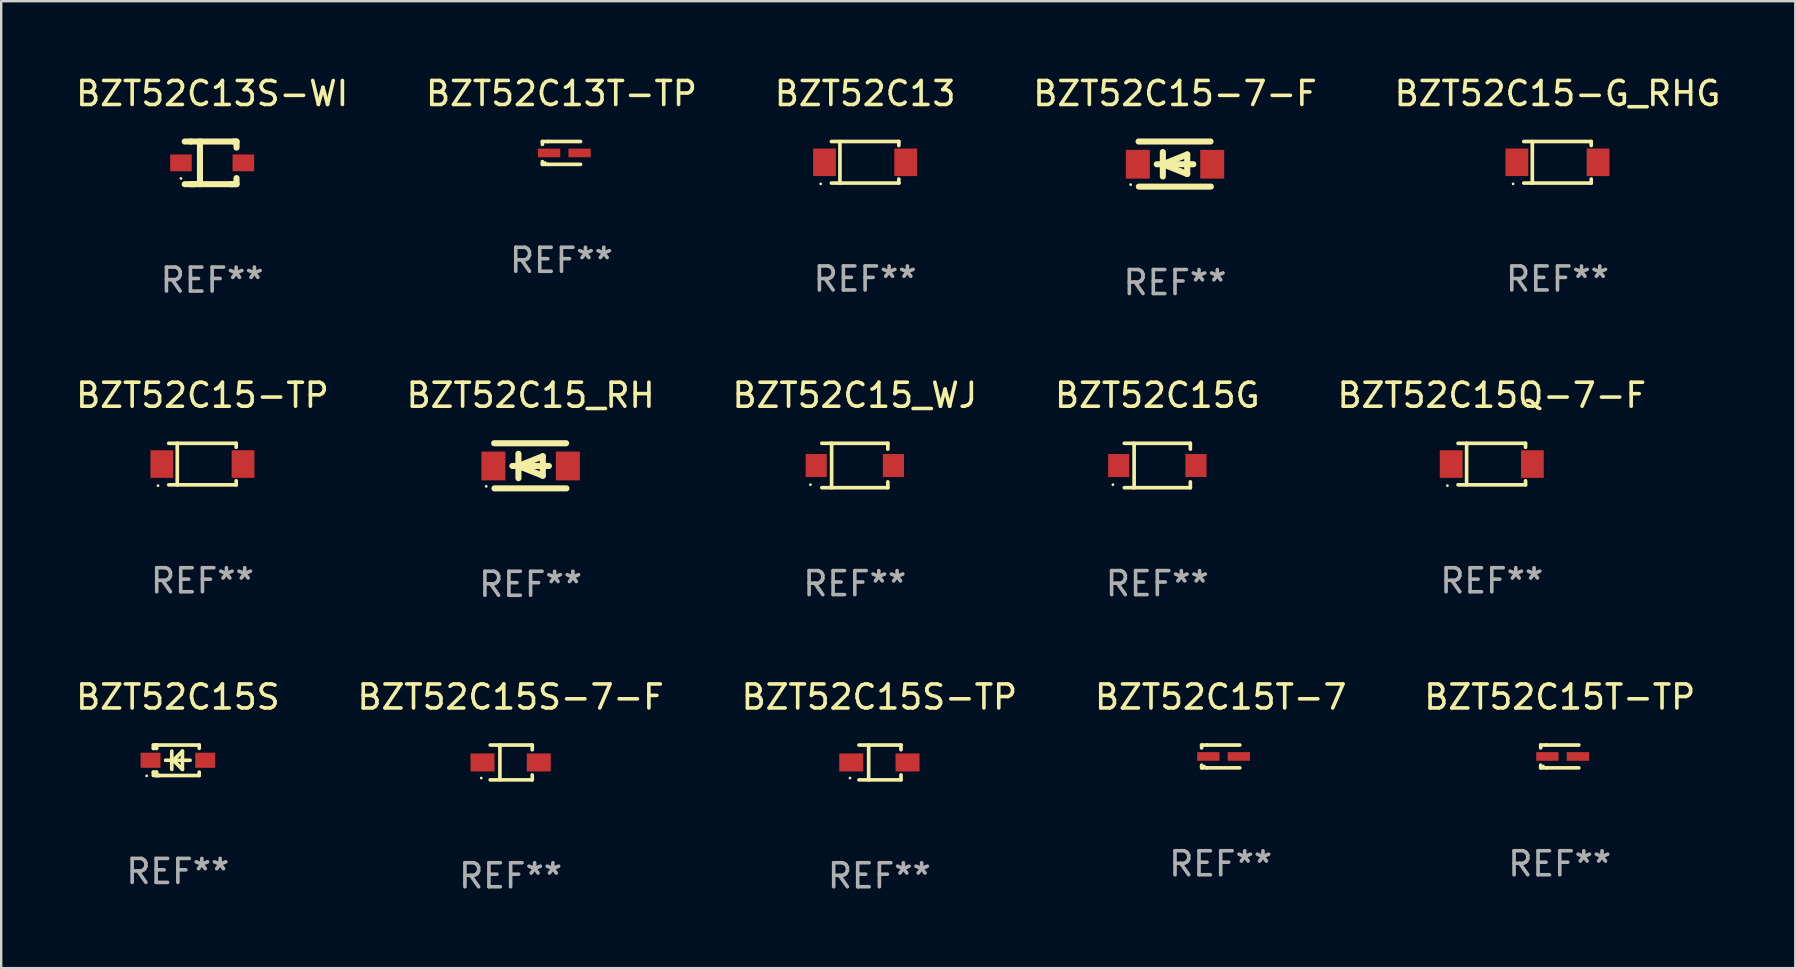
<source format=kicad_pcb>
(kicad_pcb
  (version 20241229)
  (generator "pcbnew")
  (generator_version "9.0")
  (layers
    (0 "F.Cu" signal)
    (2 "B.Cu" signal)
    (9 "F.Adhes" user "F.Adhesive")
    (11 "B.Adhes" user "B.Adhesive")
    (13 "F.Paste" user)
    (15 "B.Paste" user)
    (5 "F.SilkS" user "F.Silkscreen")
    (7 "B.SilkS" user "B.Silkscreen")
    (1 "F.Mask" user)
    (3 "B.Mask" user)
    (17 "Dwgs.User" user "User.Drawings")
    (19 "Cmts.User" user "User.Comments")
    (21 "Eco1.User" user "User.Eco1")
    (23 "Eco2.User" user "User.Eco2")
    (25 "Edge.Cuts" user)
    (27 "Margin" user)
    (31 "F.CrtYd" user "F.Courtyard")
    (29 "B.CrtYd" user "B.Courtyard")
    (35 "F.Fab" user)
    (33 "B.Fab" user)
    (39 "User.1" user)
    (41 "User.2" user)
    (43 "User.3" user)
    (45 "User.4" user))
  (footprint "BZT52C13T-TP"
    (layer "F.Cu")
    (at 20.351 3.324)
    (property "Reference" "BZT52C13T-TP" (at 0 -2.476 0) (layer "F.SilkS") (effects (font (size 1 1) (thickness 0.15))))
    (attr through_hole)
    (fp_line (start -0.795 -0.476) (end -0.795 -0.356) (stroke (width 0.152) (type solid)) (layer "F.SilkS"))
    (fp_line (start -0.795 0.363) (end -0.795 0.476) (stroke (width 0.152) (type solid)) (layer "F.SilkS"))
    (fp_line (start -0.795 0.476) (end -0.557 0.476) (stroke (width 0.152) (type solid)) (layer "F.SilkS"))
    (fp_line (start -0.557 -0.476) (end -0.795 -0.476) (stroke (width 0.152) (type solid)) (layer "F.SilkS"))
    (fp_line (start -0.557 -0.476) (end 0.795 -0.476) (stroke (width 0.152) (type solid)) (layer "F.SilkS"))
    (fp_line (start -0.557 0.476) (end 0.795 0.476) (stroke (width 0.152) (type solid)) (layer "F.SilkS"))
    (fp_circle (center -0.681 0.4) (end -0.651 0.4) (stroke (width 0.06) (type solid)) (fill no) (layer "F.SilkS"))
    (fp_text user "REF**" (at 0 4.476 0) (layer "F.Fab") (effects (font (size 1 1) (thickness 0.15))))
    (pad "1" smd rect (at -0.516 0 180) (size 0.93 0.36) (layers "F.Cu" "F.Mask" "F.Paste"))
    (pad "2" smd rect (at 0.754 0 180) (size 0.93 0.36) (layers "F.Cu" "F.Mask" "F.Paste")))
  (footprint "BZT52C15-G_RHG"
    (layer "F.Cu")
    (at 61.863 3.714)
    (property "Reference" "BZT52C15-G_RHG" (at 0 -2.866 0) (layer "F.SilkS") (effects (font (size 1 1) (thickness 0.15))))
    (attr through_hole)
    (fp_line (start -1.406 -0.866) (end 1.406 -0.866) (stroke (width 0.152) (type solid)) (layer "F.SilkS"))
    (fp_line (start -1.406 0.866) (end 1.406 0.866) (stroke (width 0.152) (type solid)) (layer "F.SilkS"))
    (fp_line (start -1.049 -0.866) (end -1.049 0.866) (stroke (width 0.152) (type solid)) (layer "F.SilkS"))
    (fp_line (start 1.406 -0.866) (end 1.406 -0.698) (stroke (width 0.152) (type solid)) (layer "F.SilkS"))
    (fp_line (start 1.406 0.866) (end 1.406 0.698) (stroke (width 0.152) (type solid)) (layer "F.SilkS"))
    (fp_circle (center -1.851 0.9) (end -1.821 0.9) (stroke (width 0.06) (type solid)) (fill no) (layer "F.SilkS"))
    (fp_text user "REF**" (at 0 4.866 0) (layer "F.Fab") (effects (font (size 1 1) (thickness 0.15))))
    (pad "1" smd rect (at -1.692 0) (size 0.95 1.15) (layers "F.Cu" "F.Mask" "F.Paste"))
    (pad "2" smd rect (at 1.692 0) (size 0.95 1.15) (layers "F.Cu" "F.Mask" "F.Paste")))
  (footprint "BZT52C15G"
    (layer "F.Cu")
    (at 45.185 16.351)
    (property "Reference" "BZT52C15G" (at 0 -2.926 0) (layer "F.SilkS") (effects (font (size 1 1) (thickness 0.15))))
    (attr through_hole)
    (fp_line (start -1.376 -0.926) (end 1.376 -0.926) (stroke (width 0.152) (type solid)) (layer "F.SilkS"))
    (fp_line (start -1.376 0.926) (end 1.376 0.926) (stroke (width 0.152) (type solid)) (layer "F.SilkS"))
    (fp_line (start -0.967 -0.926) (end -0.967 0.926) (stroke (width 0.152) (type solid)) (layer "F.SilkS"))
    (fp_line (start 1.376 -0.926) (end 1.376 -0.683) (stroke (width 0.152) (type solid)) (layer "F.SilkS"))
    (fp_line (start 1.376 0.926) (end 1.376 0.683) (stroke (width 0.152) (type solid)) (layer "F.SilkS"))
    (fp_circle (center -1.85 0.8) (end -1.82 0.8) (stroke (width 0.06) (type solid)) (fill no) (layer "F.SilkS"))
    (fp_text user "REF**" (at 0 4.926 0) (layer "F.Fab") (effects (font (size 1 1) (thickness 0.15))))
    (pad "1" smd rect (at -1.61 0) (size 0.88 0.96) (layers "F.Cu" "F.Mask" "F.Paste"))
    (pad "2" smd rect (at 1.61 0) (size 0.88 0.96) (layers "F.Cu" "F.Mask" "F.Paste")))
  (footprint "BZT52C15S"
    (layer "F.Cu")
    (at 4.363 28.636)
    (property "Reference" "BZT52C15S" (at 0 -2.635 0) (layer "F.SilkS") (effects (font (size 1 1) (thickness 0.15))))
    (attr through_hole)
    (fp_line (start -1.02 -0.635) (end -1.02 -0.495) (stroke (width 0.152) (type solid)) (layer "F.SilkS"))
    (fp_line (start -1.02 -0.495) (end -0.889 -0.495) (stroke (width 0.152) (type solid)) (layer "F.SilkS"))
    (fp_line (start -1.02 0.495) (end -1.02 0.62) (stroke (width 0.152) (type solid)) (layer "F.SilkS"))
    (fp_line (start -1.02 0.495) (end -0.889 0.495) (stroke (width 0.152) (type solid)) (layer "F.SilkS"))
    (fp_line (start -0.889 -0.635) (end -1.02 -0.635) (stroke (width 0.152) (type solid)) (layer "F.SilkS"))
    (fp_line (start -0.889 -0.635) (end -0.889 -0.595) (stroke (width 0.152) (type solid)) (layer "F.SilkS"))
    (fp_line (start -0.889 -0.635) (end 0.889 -0.635) (stroke (width 0.152) (type solid)) (layer "F.SilkS"))
    (fp_line (start -0.889 -0.495) (end -0.889 -0.635) (stroke (width 0.152) (type solid)) (layer "F.SilkS"))
    (fp_line (start -0.889 0.595) (end -0.889 0.495) (stroke (width 0.152) (type solid)) (layer "F.SilkS"))
    (fp_line (start -0.889 0.595) (end -0.889 0.635) (stroke (width 0.152) (type solid)) (layer "F.SilkS"))
    (fp_line (start -0.889 0.635) (end 0.889 0.635) (stroke (width 0.152) (type solid)) (layer "F.SilkS"))
    (fp_line (start -0.776 0.635) (end -1.014 0.635) (stroke (width 0.152) (type solid)) (layer "F.SilkS"))
    (fp_line (start -0.254 -0.381) (end -0.254 0.381) (stroke (width 0.152) (type solid)) (layer "F.SilkS"))
    (fp_line (start -0.191 0) (end 0.19 -0.381) (stroke (width 0.152) (type solid)) (layer "F.SilkS"))
    (fp_line (start 0.19 -0.381) (end 0.19 0.381) (stroke (width 0.152) (type solid)) (layer "F.SilkS"))
    (fp_line (start 0.19 0.381) (end -0.191 0) (stroke (width 0.152) (type solid)) (layer "F.SilkS"))
    (fp_line (start 0.508 0) (end -0.508 0) (stroke (width 0.152) (type solid)) (layer "F.SilkS"))
    (fp_line (start 0.889 -0.635) (end 0.889 -0.495) (stroke (width 0.152) (type solid)) (layer "F.SilkS"))
    (fp_line (start 0.889 0.495) (end 0.889 0.635) (stroke (width 0.152) (type solid)) (layer "F.SilkS"))
    (fp_circle (center -1.3 0.65) (end -1.27 0.65) (stroke (width 0.06) (type solid)) (fill no) (layer "F.SilkS"))
    (fp_text user "REF**" (at 0 4.635 0) (layer "F.Fab") (effects (font (size 1 1) (thickness 0.15))))
    (pad "1" smd rect (at -1.14 0 90) (size 0.63 0.83) (layers "F.Cu" "F.Mask" "F.Paste"))
    (pad "2" smd rect (at 1.14 0 90) (size 0.63 0.83) (layers "F.Cu" "F.Mask" "F.Paste")))
  (footprint "BZT52C13S-WI"
    (layer "F.Cu")
    (at 5.792 3.737)
    (property "Reference" "BZT52C13S-WI" (at 0 -2.889 0) (layer "F.SilkS") (effects (font (size 1 1) (thickness 0.15))))
    (attr through_hole)
    (fp_line (start -0.889 -0.889) (end -1.143 -0.889) (stroke (width 0.254) (type solid)) (layer "F.SilkS"))
    (fp_line (start -0.889 -0.889) (end 0.889 -0.889) (stroke (width 0.254) (type solid)) (layer "F.SilkS"))
    (fp_line (start -0.889 0.889) (end 0.889 0.889) (stroke (width 0.254) (type solid)) (layer "F.SilkS"))
    (fp_line (start -0.728 0.889) (end -1.143 0.889) (stroke (width 0.254) (type solid)) (layer "F.SilkS"))
    (fp_line (start -0.508 -0.889) (end -0.508 0.889) (stroke (width 0.254) (type solid)) (layer "F.SilkS"))
    (fp_line (start 0.763 0.889) (end 1.016 0.889) (stroke (width 0.254) (type solid)) (layer "F.SilkS"))
    (fp_line (start 0.889 -0.889) (end 1.016 -0.889) (stroke (width 0.254) (type solid)) (layer "F.SilkS"))
    (fp_line (start 1.016 -0.889) (end 1.016 -0.635) (stroke (width 0.254) (type solid)) (layer "F.SilkS"))
    (fp_line (start 1.016 0.889) (end 1.016 0.635) (stroke (width 0.254) (type solid)) (layer "F.SilkS"))
    (fp_circle (center -1.3 0.65) (end -1.27 0.65) (stroke (width 0.06) (type solid)) (fill no) (layer "F.SilkS"))
    (fp_text user "REF**" (at 0 4.889 0) (layer "F.Fab") (effects (font (size 1 1) (thickness 0.15))))
    (pad "1" smd rect (at -1.3 0) (size 0.9 0.7) (layers "F.Cu" "F.Mask" "F.Paste"))
    (pad "2" smd rect (at 1.3 0) (size 0.9 0.7) (layers "F.Cu" "F.Mask" "F.Paste")))
  (footprint "BZT52C15_RH"
    (layer "F.Cu")
    (at 19.065 16.364)
    (property "Reference" "BZT52C15_RH" (at 0 -2.94 0) (layer "F.SilkS") (effects (font (size 1 1) (thickness 0.15))))
    (attr through_hole)
    (fp_line (start -1.52 -0.94) (end 1.48 -0.94) (stroke (width 0.254) (type solid)) (layer "F.SilkS"))
    (fp_line (start -1.507 0.94) (end 1.493 0.94) (stroke (width 0.254) (type solid)) (layer "F.SilkS"))
    (fp_line (start -0.762 0.007) (end 0.762 0.007) (stroke (width 0.254) (type solid)) (layer "F.SilkS"))
    (fp_line (start -0.508 -0.501) (end -0.508 0.515) (stroke (width 0.254) (type solid)) (layer "F.SilkS"))
    (fp_line (start -0.508 0.007) (end 0.508 -0.4) (stroke (width 0.254) (type solid)) (layer "F.SilkS"))
    (fp_line (start 0.508 -0.4) (end 0.508 0.413) (stroke (width 0.254) (type solid)) (layer "F.SilkS"))
    (fp_line (start 0.508 0.413) (end -0.508 0.007) (stroke (width 0.254) (type solid)) (layer "F.SilkS"))
    (fp_circle (center -1.85 0.857) (end -1.82 0.857) (stroke (width 0.06) (type solid)) (fill no) (layer "F.SilkS"))
    (fp_text user "REF**" (at 0 4.94 0) (layer "F.Fab") (effects (font (size 1 1) (thickness 0.15))))
    (pad "1" smd rect (at -1.55 0.007) (size 1 1.2) (layers "F.Cu" "F.Mask" "F.Paste"))
    (pad "2" smd rect (at 1.55 0.007) (size 1 1.2) (layers "F.Cu" "F.Mask" "F.Paste")))
  (footprint "BZT52C13"
    (layer "F.Cu")
    (at 33.006 3.714)
    (property "Reference" "BZT52C13" (at 0 -2.866 0) (layer "F.SilkS") (effects (font (size 1 1) (thickness 0.15))))
    (attr through_hole)
    (fp_line (start -1.406 -0.866) (end 1.406 -0.866) (stroke (width 0.152) (type solid)) (layer "F.SilkS"))
    (fp_line (start -1.406 0.866) (end 1.406 0.866) (stroke (width 0.152) (type solid)) (layer "F.SilkS"))
    (fp_line (start -1.049 -0.866) (end -1.049 0.866) (stroke (width 0.152) (type solid)) (layer "F.SilkS"))
    (fp_line (start 1.406 -0.866) (end 1.406 -0.698) (stroke (width 0.152) (type solid)) (layer "F.SilkS"))
    (fp_line (start 1.406 0.866) (end 1.406 0.698) (stroke (width 0.152) (type solid)) (layer "F.SilkS"))
    (fp_circle (center -1.851 0.9) (end -1.821 0.9) (stroke (width 0.06) (type solid)) (fill no) (layer "F.SilkS"))
    (fp_text user "REF**" (at 0 4.866 0) (layer "F.Fab") (effects (font (size 1 1) (thickness 0.15))))
    (pad "1" smd rect (at -1.692 0) (size 0.95 1.15) (layers "F.Cu" "F.Mask" "F.Paste"))
    (pad "2" smd rect (at 1.692 0) (size 0.95 1.15) (layers "F.Cu" "F.Mask" "F.Paste")))
  (footprint "BZT52C15Q-7-F"
    (layer "F.Cu")
    (at 59.125 16.291)
    (property "Reference" "BZT52C15Q-7-F" (at 0 -2.866 0) (layer "F.SilkS") (effects (font (size 1 1) (thickness 0.15))))
    (attr through_hole)
    (fp_line (start -1.406 -0.866) (end 1.406 -0.866) (stroke (width 0.152) (type solid)) (layer "F.SilkS"))
    (fp_line (start -1.406 0.866) (end 1.406 0.866) (stroke (width 0.152) (type solid)) (layer "F.SilkS"))
    (fp_line (start -1.049 -0.866) (end -1.049 0.866) (stroke (width 0.152) (type solid)) (layer "F.SilkS"))
    (fp_line (start 1.406 -0.866) (end 1.406 -0.698) (stroke (width 0.152) (type solid)) (layer "F.SilkS"))
    (fp_line (start 1.406 0.866) (end 1.406 0.698) (stroke (width 0.152) (type solid)) (layer "F.SilkS"))
    (fp_circle (center -1.851 0.9) (end -1.821 0.9) (stroke (width 0.06) (type solid)) (fill no) (layer "F.SilkS"))
    (fp_text user "REF**" (at 0 4.866 0) (layer "F.Fab") (effects (font (size 1 1) (thickness 0.15))))
    (pad "1" smd rect (at -1.692 0) (size 0.95 1.15) (layers "F.Cu" "F.Mask" "F.Paste"))
    (pad "2" smd rect (at 1.692 0) (size 0.95 1.15) (layers "F.Cu" "F.Mask" "F.Paste")))
  (footprint "BZT52C15-7-F"
    (layer "F.Cu")
    (at 45.923 3.788)
    (property "Reference" "BZT52C15-7-F" (at 0 -2.94 0) (layer "F.SilkS") (effects (font (size 1 1) (thickness 0.15))))
    (attr through_hole)
    (fp_line (start -1.52 -0.94) (end 1.48 -0.94) (stroke (width 0.254) (type solid)) (layer "F.SilkS"))
    (fp_line (start -1.507 0.94) (end 1.493 0.94) (stroke (width 0.254) (type solid)) (layer "F.SilkS"))
    (fp_line (start -0.762 0.007) (end 0.762 0.007) (stroke (width 0.254) (type solid)) (layer "F.SilkS"))
    (fp_line (start -0.508 -0.501) (end -0.508 0.515) (stroke (width 0.254) (type solid)) (layer "F.SilkS"))
    (fp_line (start -0.508 0.007) (end 0.508 -0.4) (stroke (width 0.254) (type solid)) (layer "F.SilkS"))
    (fp_line (start 0.508 -0.4) (end 0.508 0.413) (stroke (width 0.254) (type solid)) (layer "F.SilkS"))
    (fp_line (start 0.508 0.413) (end -0.508 0.007) (stroke (width 0.254) (type solid)) (layer "F.SilkS"))
    (fp_circle (center -1.85 0.857) (end -1.82 0.857) (stroke (width 0.06) (type solid)) (fill no) (layer "F.SilkS"))
    (fp_text user "REF**" (at 0 4.94 0) (layer "F.Fab") (effects (font (size 1 1) (thickness 0.15))))
    (pad "1" smd rect (at -1.55 0.007) (size 1 1.2) (layers "F.Cu" "F.Mask" "F.Paste"))
    (pad "2" smd rect (at 1.55 0.007) (size 1 1.2) (layers "F.Cu" "F.Mask" "F.Paste")))
  (footprint "BZT52C15_WJ"
    (layer "F.Cu")
    (at 32.577 16.351)
    (property "Reference" "BZT52C15_WJ" (at 0 -2.926 0) (layer "F.SilkS") (effects (font (size 1 1) (thickness 0.15))))
    (attr through_hole)
    (fp_line (start -1.376 -0.926) (end 1.376 -0.926) (stroke (width 0.152) (type solid)) (layer "F.SilkS"))
    (fp_line (start -1.376 0.926) (end 1.376 0.926) (stroke (width 0.152) (type solid)) (layer "F.SilkS"))
    (fp_line (start -0.967 -0.926) (end -0.967 0.926) (stroke (width 0.152) (type solid)) (layer "F.SilkS"))
    (fp_line (start 1.376 -0.926) (end 1.376 -0.683) (stroke (width 0.152) (type solid)) (layer "F.SilkS"))
    (fp_line (start 1.376 0.926) (end 1.376 0.683) (stroke (width 0.152) (type solid)) (layer "F.SilkS"))
    (fp_circle (center -1.85 0.8) (end -1.82 0.8) (stroke (width 0.06) (type solid)) (fill no) (layer "F.SilkS"))
    (fp_text user "REF**" (at 0 4.926 0) (layer "F.Fab") (effects (font (size 1 1) (thickness 0.15))))
    (pad "1" smd rect (at -1.61 0) (size 0.88 0.96) (layers "F.Cu" "F.Mask" "F.Paste"))
    (pad "2" smd rect (at 1.61 0) (size 0.88 0.96) (layers "F.Cu" "F.Mask" "F.Paste")))
  (footprint "BZT52C15S-7-F"
    (layer "F.Cu")
    (at 18.232 28.727)
    (property "Reference" "BZT52C15S-7-F" (at 0 -2.726 0) (layer "F.SilkS") (effects (font (size 1 1) (thickness 0.15))))
    (attr through_hole)
    (fp_line (start -0.851 -0.726) (end 0.901 -0.726) (stroke (width 0.152) (type solid)) (layer "F.SilkS"))
    (fp_line (start -0.851 0.726) (end 0.901 0.726) (stroke (width 0.152) (type solid)) (layer "F.SilkS"))
    (fp_line (start -0.447 -0.726) (end -0.447 0.726) (stroke (width 0.152) (type solid)) (layer "F.SilkS"))
    (fp_line (start 0.901 -0.726) (end 0.901 -0.53) (stroke (width 0.152) (type solid)) (layer "F.SilkS"))
    (fp_line (start 0.901 0.726) (end 0.901 0.52) (stroke (width 0.152) (type solid)) (layer "F.SilkS"))
    (fp_circle (center -1.225 0.65) (end -1.195 0.65) (stroke (width 0.06) (type solid)) (fill no) (layer "F.SilkS"))
    (fp_text user "REF**" (at 0 4.726 0) (layer "F.Fab") (effects (font (size 1 1) (thickness 0.15))))
    (pad "1" smd rect (at -1.173 0) (size 1 0.75) (layers "F.Cu" "F.Mask" "F.Paste"))
    (pad "2" smd rect (at 1.173 0) (size 1 0.75) (layers "F.Cu" "F.Mask" "F.Paste")))
  (footprint "BZT52C15-TP"
    (layer "F.Cu")
    (at 5.387 16.291)
    (property "Reference" "BZT52C15-TP" (at 0 -2.866 0) (layer "F.SilkS") (effects (font (size 1 1) (thickness 0.15))))
    (attr through_hole)
    (fp_line (start -1.406 -0.866) (end 1.406 -0.866) (stroke (width 0.152) (type solid)) (layer "F.SilkS"))
    (fp_line (start -1.406 0.866) (end 1.406 0.866) (stroke (width 0.152) (type solid)) (layer "F.SilkS"))
    (fp_line (start -1.049 -0.866) (end -1.049 0.866) (stroke (width 0.152) (type solid)) (layer "F.SilkS"))
    (fp_line (start 1.406 -0.866) (end 1.406 -0.698) (stroke (width 0.152) (type solid)) (layer "F.SilkS"))
    (fp_line (start 1.406 0.866) (end 1.406 0.698) (stroke (width 0.152) (type solid)) (layer "F.SilkS"))
    (fp_circle (center -1.851 0.9) (end -1.821 0.9) (stroke (width 0.06) (type solid)) (fill no) (layer "F.SilkS"))
    (fp_text user "REF**" (at 0 4.866 0) (layer "F.Fab") (effects (font (size 1 1) (thickness 0.15))))
    (pad "1" smd rect (at -1.692 0) (size 0.95 1.15) (layers "F.Cu" "F.Mask" "F.Paste"))
    (pad "2" smd rect (at 1.692 0) (size 0.95 1.15) (layers "F.Cu" "F.Mask" "F.Paste")))
  (footprint "BZT52C15T-TP"
    (layer "F.Cu")
    (at 61.958 28.477)
    (property "Reference" "BZT52C15T-TP" (at 0 -2.476 0) (layer "F.SilkS") (effects (font (size 1 1) (thickness 0.15))))
    (attr through_hole)
    (fp_line (start -0.795 -0.476) (end -0.795 -0.356) (stroke (width 0.152) (type solid)) (layer "F.SilkS"))
    (fp_line (start -0.795 0.363) (end -0.795 0.476) (stroke (width 0.152) (type solid)) (layer "F.SilkS"))
    (fp_line (start -0.795 0.476) (end -0.557 0.476) (stroke (width 0.152) (type solid)) (layer "F.SilkS"))
    (fp_line (start -0.557 -0.476) (end -0.795 -0.476) (stroke (width 0.152) (type solid)) (layer "F.SilkS"))
    (fp_line (start -0.557 -0.476) (end 0.795 -0.476) (stroke (width 0.152) (type solid)) (layer "F.SilkS"))
    (fp_line (start -0.557 0.476) (end 0.795 0.476) (stroke (width 0.152) (type solid)) (layer "F.SilkS"))
    (fp_circle (center -0.681 0.4) (end -0.651 0.4) (stroke (width 0.06) (type solid)) (fill no) (layer "F.SilkS"))
    (fp_text user "REF**" (at 0 4.476 0) (layer "F.Fab") (effects (font (size 1 1) (thickness 0.15))))
    (pad "1" smd rect (at -0.516 0 180) (size 0.93 0.36) (layers "F.Cu" "F.Mask" "F.Paste"))
    (pad "2" smd rect (at 0.754 0 180) (size 0.93 0.36) (layers "F.Cu" "F.Mask" "F.Paste")))
  (footprint "BZT52C15T-7"
    (layer "F.Cu")
    (at 47.827 28.477)
    (property "Reference" "BZT52C15T-7" (at 0 -2.476 0) (layer "F.SilkS") (effects (font (size 1 1) (thickness 0.15))))
    (attr through_hole)
    (fp_line (start -0.795 -0.476) (end -0.795 -0.356) (stroke (width 0.152) (type solid)) (layer "F.SilkS"))
    (fp_line (start -0.795 0.363) (end -0.795 0.476) (stroke (width 0.152) (type solid)) (layer "F.SilkS"))
    (fp_line (start -0.795 0.476) (end -0.557 0.476) (stroke (width 0.152) (type solid)) (layer "F.SilkS"))
    (fp_line (start -0.557 -0.476) (end -0.795 -0.476) (stroke (width 0.152) (type solid)) (layer "F.SilkS"))
    (fp_line (start -0.557 -0.476) (end 0.795 -0.476) (stroke (width 0.152) (type solid)) (layer "F.SilkS"))
    (fp_line (start -0.557 0.476) (end 0.795 0.476) (stroke (width 0.152) (type solid)) (layer "F.SilkS"))
    (fp_circle (center -0.681 0.4) (end -0.651 0.4) (stroke (width 0.06) (type solid)) (fill no) (layer "F.SilkS"))
    (fp_text user "REF**" (at 0 4.476 0) (layer "F.Fab") (effects (font (size 1 1) (thickness 0.15))))
    (pad "1" smd rect (at -0.516 0 180) (size 0.93 0.36) (layers "F.Cu" "F.Mask" "F.Paste"))
    (pad "2" smd rect (at 0.754 0 180) (size 0.93 0.36) (layers "F.Cu" "F.Mask" "F.Paste")))
  (footprint "BZT52C15S-TP"
    (layer "F.Cu")
    (at 33.601 28.727)
    (property "Reference" "BZT52C15S-TP" (at 0 -2.726 0) (layer "F.SilkS") (effects (font (size 1 1) (thickness 0.15))))
    (attr through_hole)
    (fp_line (start -0.851 -0.726) (end 0.901 -0.726) (stroke (width 0.152) (type solid)) (layer "F.SilkS"))
    (fp_line (start -0.851 0.726) (end 0.901 0.726) (stroke (width 0.152) (type solid)) (layer "F.SilkS"))
    (fp_line (start -0.447 -0.726) (end -0.447 0.726) (stroke (width 0.152) (type solid)) (layer "F.SilkS"))
    (fp_line (start 0.901 -0.726) (end 0.901 -0.53) (stroke (width 0.152) (type solid)) (layer "F.SilkS"))
    (fp_line (start 0.901 0.726) (end 0.901 0.52) (stroke (width 0.152) (type solid)) (layer "F.SilkS"))
    (fp_circle (center -1.225 0.65) (end -1.195 0.65) (stroke (width 0.06) (type solid)) (fill no) (layer "F.SilkS"))
    (fp_text user "REF**" (at 0 4.726 0) (layer "F.Fab") (effects (font (size 1 1) (thickness 0.15))))
    (pad "1" smd rect (at -1.173 0) (size 1 0.75) (layers "F.Cu" "F.Mask" "F.Paste"))
    (pad "2" smd rect (at 1.173 0) (size 1 0.75) (layers "F.Cu" "F.Mask" "F.Paste")))
  (gr_rect
    (start -3 -3)
    (end 71.774 37.301)
    (stroke (width 0.1) (type default))
    (fill no)
    (layer "Edge.Cuts")))
</source>
